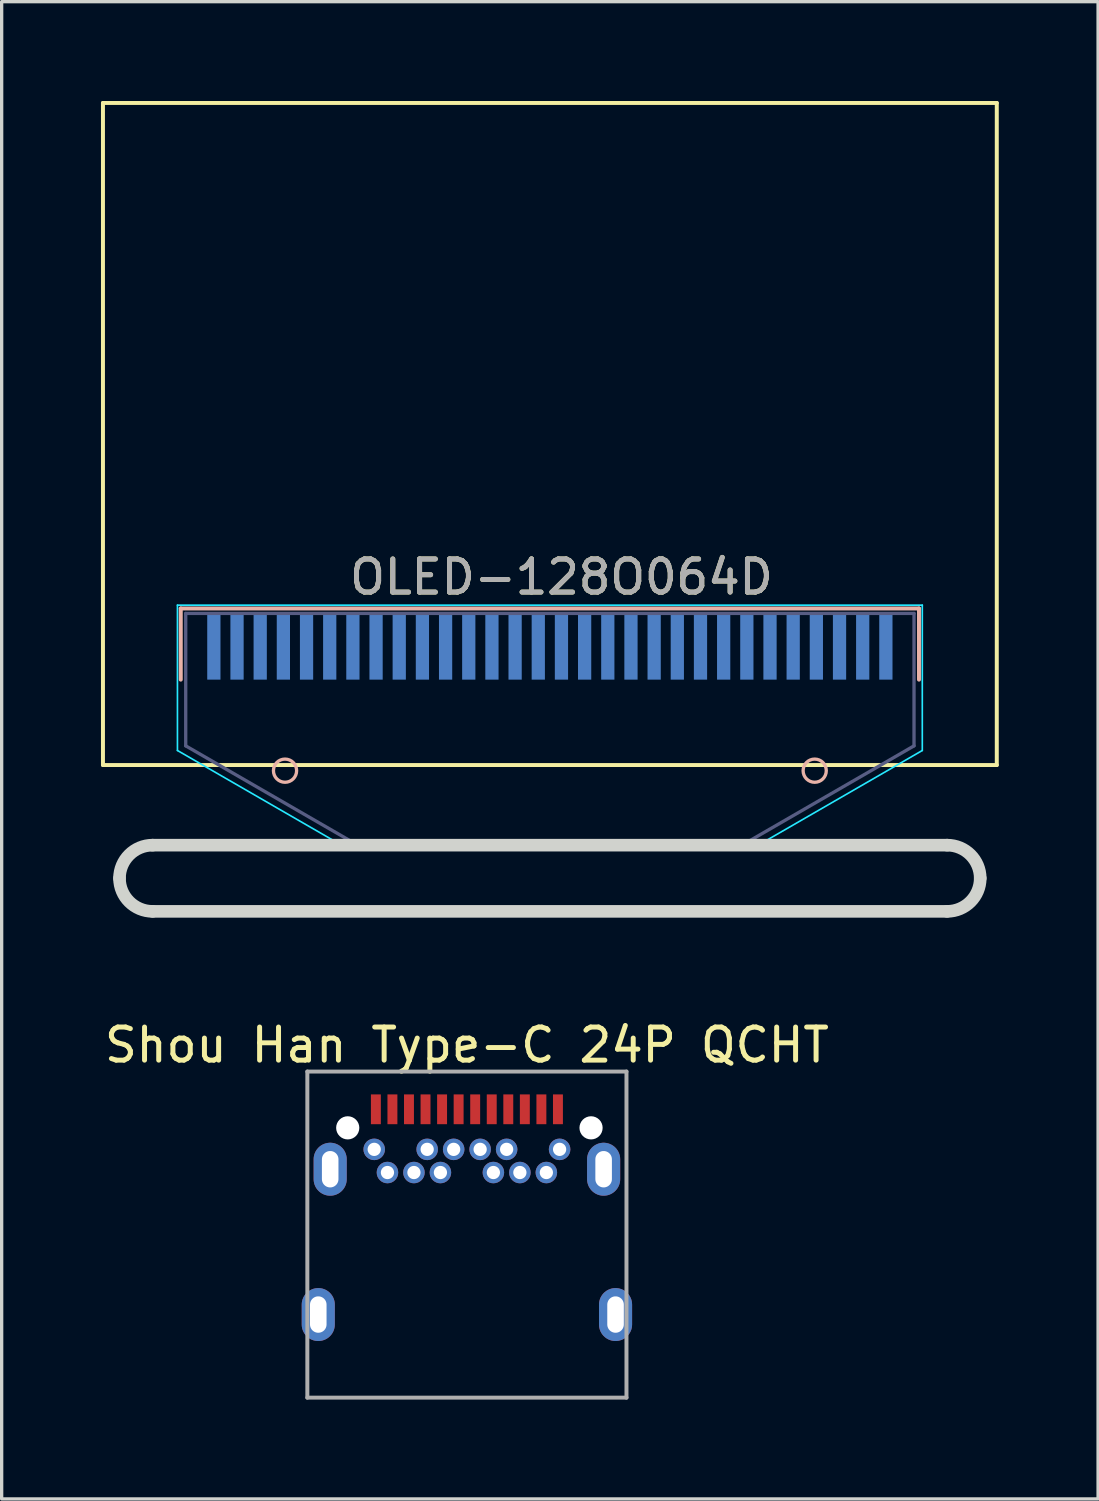
<source format=kicad_pcb>
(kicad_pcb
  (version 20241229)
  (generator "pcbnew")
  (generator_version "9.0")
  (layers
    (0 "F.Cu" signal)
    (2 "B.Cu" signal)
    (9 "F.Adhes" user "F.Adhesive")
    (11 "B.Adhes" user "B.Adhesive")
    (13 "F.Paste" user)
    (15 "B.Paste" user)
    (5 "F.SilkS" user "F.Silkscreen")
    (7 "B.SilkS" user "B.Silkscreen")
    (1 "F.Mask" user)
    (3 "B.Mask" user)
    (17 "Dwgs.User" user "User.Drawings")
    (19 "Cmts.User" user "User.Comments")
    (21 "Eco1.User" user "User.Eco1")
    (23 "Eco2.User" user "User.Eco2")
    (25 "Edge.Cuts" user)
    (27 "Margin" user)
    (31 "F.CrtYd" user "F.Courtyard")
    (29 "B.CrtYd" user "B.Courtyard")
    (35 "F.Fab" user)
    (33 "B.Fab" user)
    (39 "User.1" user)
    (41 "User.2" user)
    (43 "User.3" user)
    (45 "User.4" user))
  (footprint "Shou Han Type-C 24P QCHT"
    (layer "F.Cu")
    (at 11.054 38.519)
    (property "Reference" "Shou Han Type-C 24P QCHT" (at 0 -10 0) (layer "F.SilkS") (effects (font (size 1 1) (thickness 0.15))))
    (attr through_hole)
    (fp_line (start -4.82 -9.2) (end -4.82 0.65) (stroke (width 0.12) (type solid)) (layer "F.Fab"))
    (fp_line (start -4.82 0.65) (end 4.82 0.65) (stroke (width 0.12) (type solid)) (layer "F.Fab"))
    (fp_line (start 4.82 -9.2) (end -4.82 -9.2) (stroke (width 0.12) (type solid)) (layer "F.Fab"))
    (fp_line (start 4.82 0.65) (end 4.82 -9.2) (stroke (width 0.12) (type solid)) (layer "F.Fab"))
    (pad "" np_thru_hole circle (at -3.6 -7.5) (size 0.7 0.7) (drill 0.7) (layers "*.Cu" "*.Mask"))
    (pad "" np_thru_hole circle (at 3.75 -7.5) (size 0.7 0.7) (drill 0.7) (layers "*.Cu" "*.Mask"))
    (pad "A1" smd rect (at -2.75 -8.06) (size 0.3 0.9) (layers "F.Cu" "F.Mask" "F.Paste"))
    (pad "A2" smd rect (at -2.25 -8.06) (size 0.3 0.9) (layers "F.Cu" "F.Mask" "F.Paste"))
    (pad "A3" smd rect (at -1.75 -8.06) (size 0.3 0.9) (layers "F.Cu" "F.Mask" "F.Paste"))
    (pad "A4" smd rect (at -1.25 -8.06) (size 0.3 0.9) (layers "F.Cu" "F.Mask" "F.Paste"))
    (pad "A5" smd rect (at -0.75 -8.06) (size 0.3 0.9) (layers "F.Cu" "F.Mask" "F.Paste"))
    (pad "A6" smd rect (at -0.25 -8.06) (size 0.3 0.9) (layers "F.Cu" "F.Mask" "F.Paste"))
    (pad "A7" smd rect (at 0.25 -8.06) (size 0.3 0.9) (layers "F.Cu" "F.Mask" "F.Paste"))
    (pad "A8" smd rect (at 0.75 -8.06) (size 0.3 0.9) (layers "F.Cu" "F.Mask" "F.Paste"))
    (pad "A9" smd rect (at 1.25 -8.06) (size 0.3 0.9) (layers "F.Cu" "F.Mask" "F.Paste"))
    (pad "A10" smd rect (at 1.75 -8.06) (size 0.3 0.9) (layers "F.Cu" "F.Mask" "F.Paste"))
    (pad "A11" smd rect (at 2.25 -8.06) (size 0.3 0.9) (layers "F.Cu" "F.Mask" "F.Paste"))
    (pad "A12" smd rect (at 2.75 -8.06) (size 0.3 0.9) (layers "F.Cu" "F.Mask" "F.Paste"))
    (pad "B1" thru_hole circle (at 2.8 -6.85) (size 0.65 0.65) (drill 0.4) (layers "*.Cu" "*.Mask"))
    (pad "B2" thru_hole circle (at 2.4 -6.15) (size 0.65 0.65) (drill 0.4) (layers "*.Cu" "*.Mask"))
    (pad "B3" thru_hole circle (at 1.6 -6.15) (size 0.65 0.65) (drill 0.4) (layers "*.Cu" "*.Mask"))
    (pad "B4" thru_hole circle (at 1.2 -6.85) (size 0.65 0.65) (drill 0.4) (layers "*.Cu" "*.Mask"))
    (pad "B5" thru_hole circle (at 0.8 -6.15) (size 0.65 0.65) (drill 0.4) (layers "*.Cu" "*.Mask"))
    (pad "B6" thru_hole circle (at 0.4 -6.85) (size 0.65 0.65) (drill 0.4) (layers "*.Cu" "*.Mask"))
    (pad "B7" thru_hole circle (at -0.4 -6.85) (size 0.65 0.65) (drill 0.4) (layers "*.Cu" "*.Mask"))
    (pad "B8" thru_hole circle (at -0.8 -6.15) (size 0.65 0.65) (drill 0.4) (layers "*.Cu" "*.Mask"))
    (pad "B9" thru_hole circle (at -1.2 -6.85) (size 0.65 0.65) (drill 0.4) (layers "*.Cu" "*.Mask"))
    (pad "B10" thru_hole circle (at -1.6 -6.15) (size 0.65 0.65) (drill 0.4) (layers "*.Cu" "*.Mask"))
    (pad "B11" thru_hole circle (at -2.4 -6.15) (size 0.65 0.65) (drill 0.4) (layers "*.Cu" "*.Mask"))
    (pad "B12" thru_hole circle (at -2.8 -6.85) (size 0.65 0.65) (drill 0.4) (layers "*.Cu" "*.Mask"))
    (pad "S1" thru_hole oval (at -4.49 -1.86) (size 1 1.6) (drill oval 0.5 1.1) (layers "*.Cu" "*.Mask"))
    (pad "S1" thru_hole oval (at -4.13 -6.25) (size 1 1.6) (drill oval 0.5 1.1) (layers "*.Cu" "*.Mask"))
    (pad "S1" thru_hole oval (at 4.13 -6.25) (size 1 1.6) (drill oval 0.5 1.1) (layers "*.Cu" "*.Mask"))
    (pad "S1" thru_hole oval (at 4.49 -1.86) (size 1 1.6) (drill oval 0.5 1.1) (layers "*.Cu" "*.Mask")))
  (footprint "OLED-128O064D"
    (layer "F.Cu")
    (at 13.56 21.56)
    (property "Reference" "OLED-128O064D" (at 0.35 -7.18 180) (layer "F.SilkS") (effects (font (size 1 1) (thickness 0.15))))
    (attr smd)
    (fp_line (start -13.5 -21.5) (end 13.5 -21.5) (stroke (width 0.12) (type solid)) (layer "F.SilkS"))
    (fp_line (start -13.5 -1.5) (end -13.5 -21.5) (stroke (width 0.12) (type solid)) (layer "F.SilkS"))
    (fp_line (start 13.5 -21.5) (end 13.5 -1.5) (stroke (width 0.12) (type solid)) (layer "F.SilkS"))
    (fp_line (start 13.5 -1.5) (end -13.5 -1.5) (stroke (width 0.12) (type solid)) (layer "F.SilkS"))
    (fp_line (start -11.15 -6.23) (end 11.15 -6.23) (stroke (width 0.12) (type solid)) (layer "B.SilkS"))
    (fp_line (start -11.15 -4.08) (end -11.15 -6.23) (stroke (width 0.12) (type solid)) (layer "B.SilkS"))
    (fp_line (start 11.15 -6.23) (end 11.15 -4.08) (stroke (width 0.12) (type solid)) (layer "B.SilkS"))
    (fp_circle (center -8 -1.33) (end -7.65 -1.33) (stroke (width 0.1) (type solid)) (fill no) (layer "B.SilkS"))
    (fp_circle (center 8 -1.33) (end 8.35 -1.33) (stroke (width 0.1) (type solid)) (fill no) (layer "B.SilkS"))
    (fp_line (start -12 0.92) (end 12 0.92) (stroke (width 0.381) (type solid)) (layer "Edge.Cuts"))
    (fp_line (start 12 2.92) (end -12 2.92) (stroke (width 0.381) (type solid)) (layer "Edge.Cuts"))
    (fp_arc (start -13 1.92) (mid -12.707107 1.212894) (end -12 0.92) (stroke (width 0.381) (type solid)) (layer "Edge.Cuts"))
    (fp_arc (start -12 2.92) (mid -12.707106 2.627107) (end -13 1.92) (stroke (width 0.381) (type solid)) (layer "Edge.Cuts"))
    (fp_arc (start 12 0.92) (mid 12.707106 1.212893) (end 13 1.92) (stroke (width 0.381) (type solid)) (layer "Edge.Cuts"))
    (fp_arc (start 13 1.92) (mid 12.707107 2.627106) (end 12 2.92) (stroke (width 0.381) (type solid)) (layer "Edge.Cuts"))
    (fp_line (start -11.25 -1.94) (end -11.25 -6.33) (stroke (width 0.05) (type solid)) (layer "B.CrtYd"))
    (fp_line (start -6.05 1.06) (end -11.25 -1.94) (stroke (width 0.05) (type solid)) (layer "B.CrtYd"))
    (fp_line (start 6.05 1.06) (end -6.05 1.06) (stroke (width 0.05) (type solid)) (layer "B.CrtYd"))
    (fp_line (start 6.05 1.06) (end 11.25 -1.94) (stroke (width 0.05) (type solid)) (layer "B.CrtYd"))
    (fp_line (start 11.25 -6.33) (end -11.25 -6.33) (stroke (width 0.05) (type solid)) (layer "B.CrtYd"))
    (fp_line (start 11.25 -6.33) (end 11.25 -1.94) (stroke (width 0.05) (type solid)) (layer "B.CrtYd"))
    (fp_line (start -11 -6.08) (end -11 -2.08) (stroke (width 0.1) (type solid)) (layer "B.Fab"))
    (fp_line (start -11 -6.08) (end 11 -6.08) (stroke (width 0.1) (type solid)) (layer "B.Fab"))
    (fp_line (start -11 -2.08) (end -6 0.807) (stroke (width 0.1) (type solid)) (layer "B.Fab"))
    (fp_line (start -6 0.807) (end 6 0.807) (stroke (width 0.1) (type solid)) (layer "B.Fab"))
    (fp_line (start 11 -6.08) (end 11 -2.08) (stroke (width 0.1) (type solid)) (layer "B.Fab"))
    (fp_line (start 11 -2.08) (end 6 0.807) (stroke (width 0.1) (type solid)) (layer "B.Fab"))
    (fp_text user "${REFERENCE}" (at 0.35 -7.18 180) (layer "F.Fab") (effects (font (size 1 1) (thickness 0.15))))
    (pad "1" smd rect (at -10.15 -5.08 180) (size 0.4 2) (layers "B.Cu" "B.Mask" "B.Paste"))
    (pad "2" smd rect (at -9.45 -5.08 180) (size 0.4 2) (layers "B.Cu" "B.Mask" "B.Paste"))
    (pad "3" smd rect (at -8.75 -5.08 180) (size 0.4 2) (layers "B.Cu" "B.Mask" "B.Paste"))
    (pad "4" smd rect (at -8.05 -5.08 180) (size 0.4 2) (layers "B.Cu" "B.Mask" "B.Paste"))
    (pad "5" smd rect (at -7.35 -5.08 180) (size 0.4 2) (layers "B.Cu" "B.Mask" "B.Paste"))
    (pad "6" smd rect (at -6.65 -5.08 180) (size 0.4 2) (layers "B.Cu" "B.Mask" "B.Paste"))
    (pad "7" smd rect (at -5.95 -5.08 180) (size 0.4 2) (layers "B.Cu" "B.Mask" "B.Paste"))
    (pad "8" smd rect (at -5.25 -5.08 180) (size 0.4 2) (layers "B.Cu" "B.Mask" "B.Paste"))
    (pad "9" smd rect (at -4.55 -5.08 180) (size 0.4 2) (layers "B.Cu" "B.Mask" "B.Paste"))
    (pad "10" smd rect (at -3.85 -5.08 180) (size 0.4 2) (layers "B.Cu" "B.Mask" "B.Paste"))
    (pad "11" smd rect (at -3.15 -5.08 180) (size 0.4 2) (layers "B.Cu" "B.Mask" "B.Paste"))
    (pad "12" smd rect (at -2.45 -5.08 180) (size 0.4 2) (layers "B.Cu" "B.Mask" "B.Paste"))
    (pad "13" smd rect (at -1.75 -5.08 180) (size 0.4 2) (layers "B.Cu" "B.Mask" "B.Paste"))
    (pad "14" smd rect (at -1.05 -5.08 180) (size 0.4 2) (layers "B.Cu" "B.Mask" "B.Paste"))
    (pad "15" smd rect (at -0.35 -5.08 180) (size 0.4 2) (layers "B.Cu" "B.Mask" "B.Paste"))
    (pad "16" smd rect (at 0.35 -5.08 180) (size 0.4 2) (layers "B.Cu" "B.Mask" "B.Paste"))
    (pad "17" smd rect (at 1.05 -5.08 180) (size 0.4 2) (layers "B.Cu" "B.Mask" "B.Paste"))
    (pad "18" smd rect (at 1.75 -5.08 180) (size 0.4 2) (layers "B.Cu" "B.Mask" "B.Paste"))
    (pad "19" smd rect (at 2.45 -5.08 180) (size 0.4 2) (layers "B.Cu" "B.Mask" "B.Paste"))
    (pad "20" smd rect (at 3.15 -5.08 180) (size 0.4 2) (layers "B.Cu" "B.Mask" "B.Paste"))
    (pad "21" smd rect (at 3.85 -5.08 180) (size 0.4 2) (layers "B.Cu" "B.Mask" "B.Paste"))
    (pad "22" smd rect (at 4.55 -5.08 180) (size 0.4 2) (layers "B.Cu" "B.Mask" "B.Paste"))
    (pad "23" smd rect (at 5.25 -5.08 180) (size 0.4 2) (layers "B.Cu" "B.Mask" "B.Paste"))
    (pad "24" smd rect (at 5.95 -5.08 180) (size 0.4 2) (layers "B.Cu" "B.Mask" "B.Paste"))
    (pad "25" smd rect (at 6.65 -5.08 180) (size 0.4 2) (layers "B.Cu" "B.Mask" "B.Paste"))
    (pad "26" smd rect (at 7.35 -5.08 180) (size 0.4 2) (layers "B.Cu" "B.Mask" "B.Paste"))
    (pad "27" smd rect (at 8.05 -5.08 180) (size 0.4 2) (layers "B.Cu" "B.Mask" "B.Paste"))
    (pad "28" smd rect (at 8.75 -5.08 180) (size 0.4 2) (layers "B.Cu" "B.Mask" "B.Paste"))
    (pad "29" smd rect (at 9.45 -5.08 180) (size 0.4 2) (layers "B.Cu" "B.Mask" "B.Paste"))
    (pad "30" smd rect (at 10.15 -5.08 180) (size 0.4 2) (layers "B.Cu" "B.Mask" "B.Paste")))
  (gr_rect
    (start -3 -3)
    (end 30.12 42.229)
    (stroke (width 0.1) (type default))
    (fill no)
    (layer "Edge.Cuts")))
</source>
